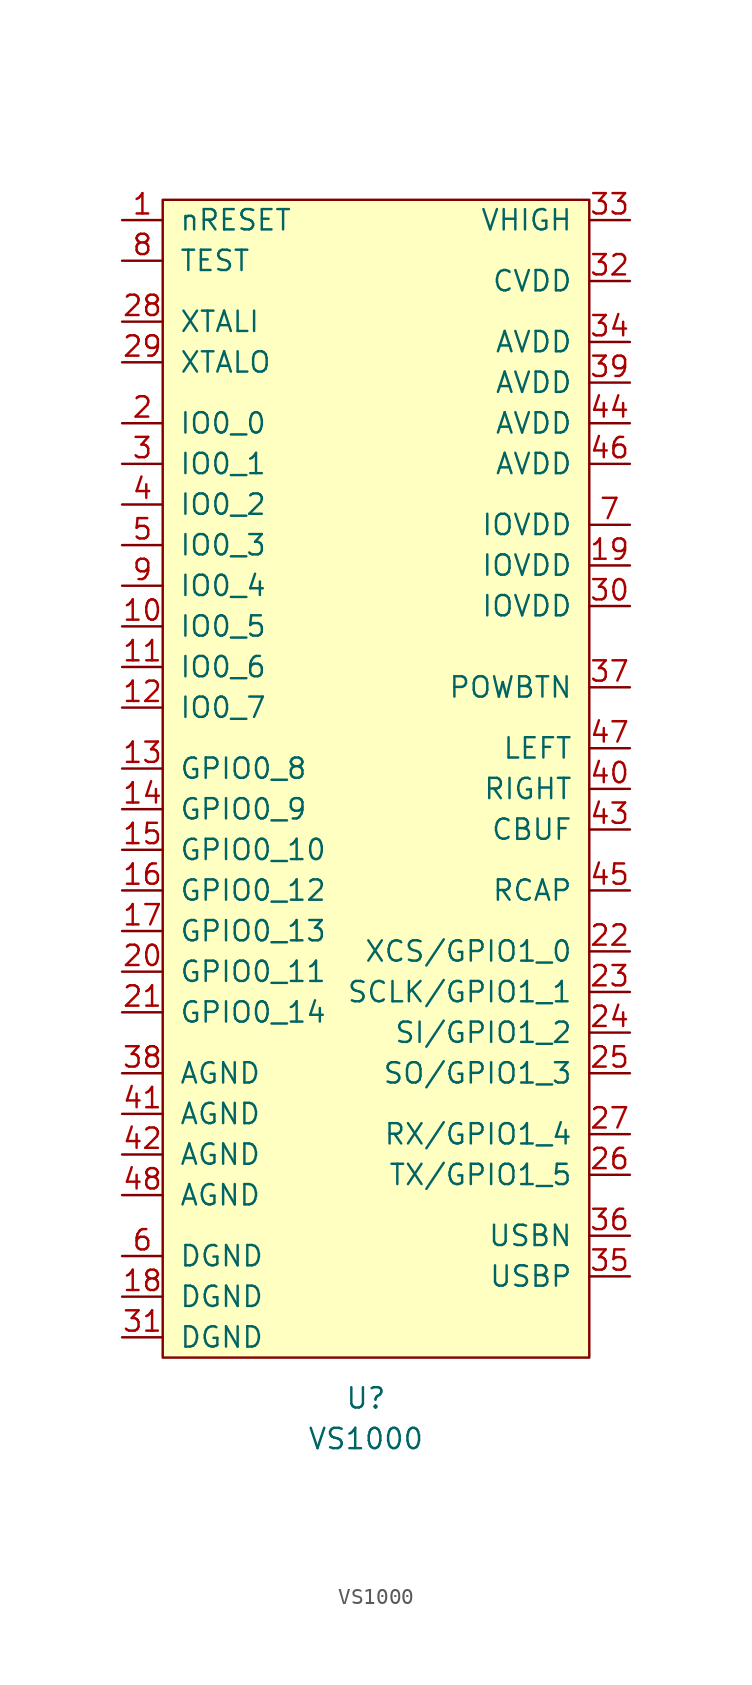
<source format=kicad_sym>
(kicad_symbol_lib
  (version 20211014)
  (generator kicad_symbol_editor)
  (symbol "VS1000"
    (pin_names
      (offset 1.016))
    (property "Reference" "U"
      (at 0 -39.37 0)
      (effects (font (size 1.27 1.27))))
    (property "Value" "VS1000"
      (at 0 -41.91 0)
      (effects (font (size 1.27 1.27))))
    (symbol "VS1000_0_0"
      (pin passive line (at -15.24 8.89 0) (length 2.54) (name "IO0_5" (effects (font (size 1.27 1.27)))) (number "10" (effects (font (size 1.27 1.27)))))
      (pin passive line (at -15.24 6.35 0) (length 2.54) (name "IO0_6" (effects (font (size 1.27 1.27)))) (number "11" (effects (font (size 1.27 1.27)))))
      (pin passive line (at -15.24 3.81 0) (length 2.54) (name "IO0_7" (effects (font (size 1.27 1.27)))) (number "12" (effects (font (size 1.27 1.27)))))
      (pin passive line (at -15.24 0 0) (length 2.54) (name "GPIO0_8" (effects (font (size 1.27 1.27)))) (number "13" (effects (font (size 1.27 1.27)))))
      (pin passive line (at -15.24 -2.54 0) (length 2.54) (name "GPIO0_9" (effects (font (size 1.27 1.27)))) (number "14" (effects (font (size 1.27 1.27)))))
      (pin passive line (at -15.24 -5.08 0) (length 2.54) (name "GPIO0_10" (effects (font (size 1.27 1.27)))) (number "15" (effects (font (size 1.27 1.27)))))
      (pin passive line (at -15.24 -7.62 0) (length 2.54) (name "GPIO0_12" (effects (font (size 1.27 1.27)))) (number "16" (effects (font (size 1.27 1.27)))))
      (pin passive line (at -15.24 -10.16 0) (length 2.54) (name "GPIO0_13" (effects (font (size 1.27 1.27)))) (number "17" (effects (font (size 1.27 1.27)))))
      (pin passive line (at -15.24 -33.02 0) (length 2.54) (name "DGND" (effects (font (size 1.27 1.27)))) (number "18" (effects (font (size 1.27 1.27)))))
      (pin passive line (at 16.51 12.7 180) (length 2.54) (name "IOVDD" (effects (font (size 1.27 1.27)))) (number "19" (effects (font (size 1.27 1.27)))))
      (pin passive line (at -15.24 21.59 0) (length 2.54) (name "IO0_0" (effects (font (size 1.27 1.27)))) (number "2" (effects (font (size 1.27 1.27)))))
      (pin passive line (at -15.24 -12.7 0) (length 2.54) (name "GPIO0_11" (effects (font (size 1.27 1.27)))) (number "20" (effects (font (size 1.27 1.27)))))
      (pin passive line (at -15.24 -15.24 0) (length 2.54) (name "GPIO0_14" (effects (font (size 1.27 1.27)))) (number "21" (effects (font (size 1.27 1.27)))))
      (pin passive line (at 16.51 -11.43 180) (length 2.54) (name "XCS/GPIO1_0" (effects (font (size 1.27 1.27)))) (number "22" (effects (font (size 1.27 1.27)))))
      (pin passive line (at 16.51 -13.97 180) (length 2.54) (name "SCLK/GPIO1_1" (effects (font (size 1.27 1.27)))) (number "23" (effects (font (size 1.27 1.27)))))
      (pin passive line (at 16.51 -16.51 180) (length 2.54) (name "SI/GPIO1_2" (effects (font (size 1.27 1.27)))) (number "24" (effects (font (size 1.27 1.27)))))
      (pin passive line (at 16.51 -19.05 180) (length 2.54) (name "SO/GPIO1_3" (effects (font (size 1.27 1.27)))) (number "25" (effects (font (size 1.27 1.27)))))
      (pin passive line (at 16.51 -25.4 180) (length 2.54) (name "TX/GPIO1_5" (effects (font (size 1.27 1.27)))) (number "26" (effects (font (size 1.27 1.27)))))
      (pin passive line (at 16.51 -22.86 180) (length 2.54) (name "RX/GPIO1_4" (effects (font (size 1.27 1.27)))) (number "27" (effects (font (size 1.27 1.27)))))
      (pin passive line (at -15.24 27.94 0) (length 2.54) (name "XTALI" (effects (font (size 1.27 1.27)))) (number "28" (effects (font (size 1.27 1.27)))))
      (pin passive line (at -15.24 25.4 0) (length 2.54) (name "XTALO" (effects (font (size 1.27 1.27)))) (number "29" (effects (font (size 1.27 1.27)))))
      (pin passive line (at -15.24 19.05 0) (length 2.54) (name "IO0_1" (effects (font (size 1.27 1.27)))) (number "3" (effects (font (size 1.27 1.27)))))
      (pin passive line (at 16.51 10.16 180) (length 2.54) (name "IOVDD" (effects (font (size 1.27 1.27)))) (number "30" (effects (font (size 1.27 1.27)))))
      (pin passive line (at -15.24 -35.56 0) (length 2.54) (name "DGND" (effects (font (size 1.27 1.27)))) (number "31" (effects (font (size 1.27 1.27)))))
      (pin passive line (at 16.51 30.48 180) (length 2.54) (name "CVDD" (effects (font (size 1.27 1.27)))) (number "32" (effects (font (size 1.27 1.27)))))
      (pin passive line (at 16.51 34.29 180) (length 2.54) (name "VHIGH" (effects (font (size 1.27 1.27)))) (number "33" (effects (font (size 1.27 1.27)))))
      (pin passive line (at 16.51 26.67 180) (length 2.54) (name "AVDD" (effects (font (size 1.27 1.27)))) (number "34" (effects (font (size 1.27 1.27)))))
      (pin passive line (at 16.51 -31.75 180) (length 2.54) (name "USBP" (effects (font (size 1.27 1.27)))) (number "35" (effects (font (size 1.27 1.27)))))
      (pin passive line (at 16.51 -29.21 180) (length 2.54) (name "USBN" (effects (font (size 1.27 1.27)))) (number "36" (effects (font (size 1.27 1.27)))))
      (pin passive line (at 16.51 5.08 180) (length 2.54) (name "POWBTN" (effects (font (size 1.27 1.27)))) (number "37" (effects (font (size 1.27 1.27)))))
      (pin passive line (at -15.24 -19.05 0) (length 2.54) (name "AGND" (effects (font (size 1.27 1.27)))) (number "38" (effects (font (size 1.27 1.27)))))
      (pin passive line (at 16.51 24.13 180) (length 2.54) (name "AVDD" (effects (font (size 1.27 1.27)))) (number "39" (effects (font (size 1.27 1.27)))))
      (pin passive line (at -15.24 16.51 0) (length 2.54) (name "IO0_2" (effects (font (size 1.27 1.27)))) (number "4" (effects (font (size 1.27 1.27)))))
      (pin passive line (at 16.51 -1.27 180) (length 2.54) (name "RIGHT" (effects (font (size 1.27 1.27)))) (number "40" (effects (font (size 1.27 1.27)))))
      (pin passive line (at -15.24 -21.59 0) (length 2.54) (name "AGND" (effects (font (size 1.27 1.27)))) (number "41" (effects (font (size 1.27 1.27)))))
      (pin passive line (at -15.24 -24.13 0) (length 2.54) (name "AGND" (effects (font (size 1.27 1.27)))) (number "42" (effects (font (size 1.27 1.27)))))
      (pin passive line (at 16.51 -3.81 180) (length 2.54) (name "CBUF" (effects (font (size 1.27 1.27)))) (number "43" (effects (font (size 1.27 1.27)))))
      (pin passive line (at 16.51 21.59 180) (length 2.54) (name "AVDD" (effects (font (size 1.27 1.27)))) (number "44" (effects (font (size 1.27 1.27)))))
      (pin passive line (at 16.51 -7.62 180) (length 2.54) (name "RCAP" (effects (font (size 1.27 1.27)))) (number "45" (effects (font (size 1.27 1.27)))))
      (pin passive line (at 16.51 19.05 180) (length 2.54) (name "AVDD" (effects (font (size 1.27 1.27)))) (number "46" (effects (font (size 1.27 1.27)))))
      (pin passive line (at 16.51 1.27 180) (length 2.54) (name "LEFT" (effects (font (size 1.27 1.27)))) (number "47" (effects (font (size 1.27 1.27)))))
      (pin passive line (at -15.24 -26.67 0) (length 2.54) (name "AGND" (effects (font (size 1.27 1.27)))) (number "48" (effects (font (size 1.27 1.27)))))
      (pin passive line (at -15.24 13.97 0) (length 2.54) (name "IO0_3" (effects (font (size 1.27 1.27)))) (number "5" (effects (font (size 1.27 1.27)))))
      (pin passive line (at -15.24 -30.48 0) (length 2.54) (name "DGND" (effects (font (size 1.27 1.27)))) (number "6" (effects (font (size 1.27 1.27)))))
      (pin passive line (at 16.51 15.24 180) (length 2.54) (name "IOVDD" (effects (font (size 1.27 1.27)))) (number "7" (effects (font (size 1.27 1.27)))))
      (pin passive line (at -15.24 31.75 0) (length 2.54) (name "TEST" (effects (font (size 1.27 1.27)))) (number "8" (effects (font (size 1.27 1.27)))))
      (pin passive line (at -15.24 11.43 0) (length 2.54) (name "IO0_4" (effects (font (size 1.27 1.27)))) (number "9" (effects (font (size 1.27 1.27))))))
    (symbol "VS1000_0_1"
      (rectangle (start -12.7 35.56) (end 13.97 -36.83) (stroke (width 0) (type default) (color 0 0 0 0)) (fill (type background))))
    (symbol "VS1000_1_1"
      (pin passive line (at -15.24 34.29 0) (length 2.54) (name "nRESET" (effects (font (size 1.27 1.27)))) (number "1" (effects (font (size 1.27 1.27))))))))
</source>
